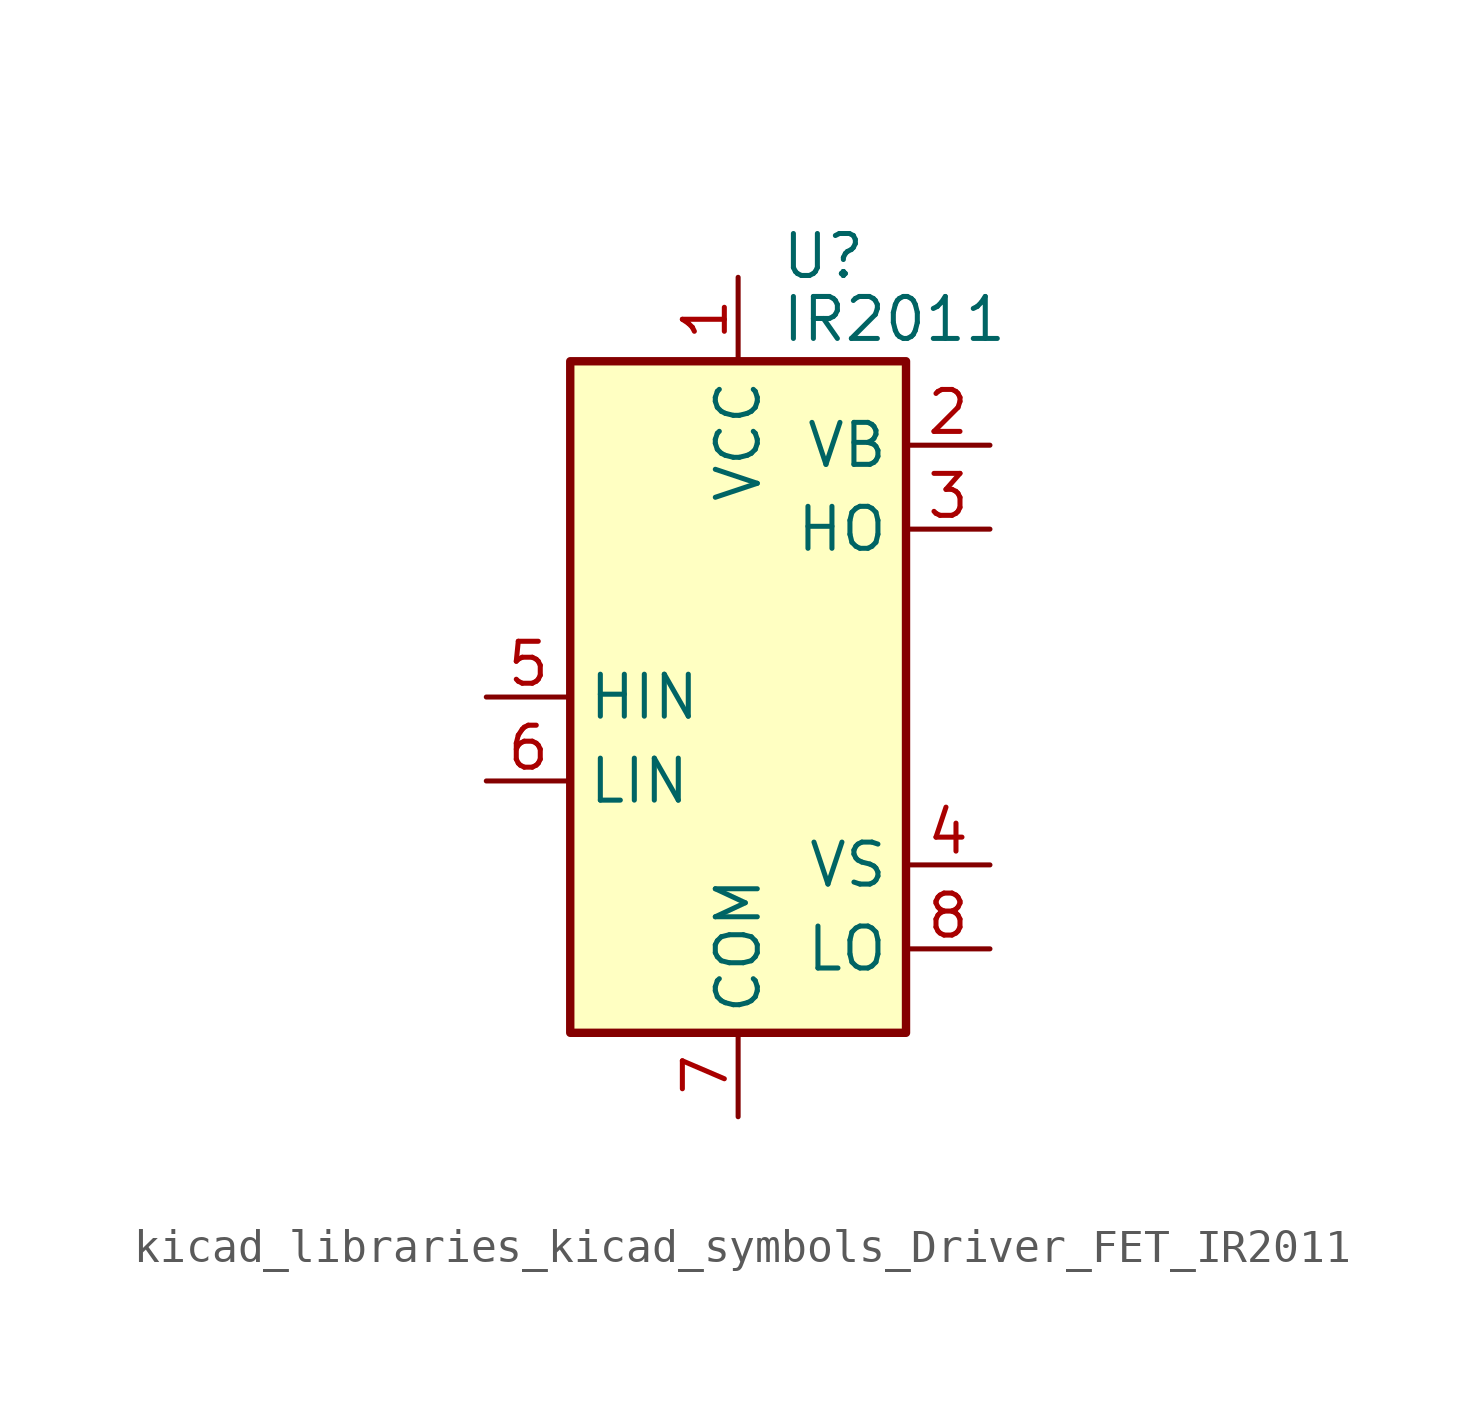
<source format=kicad_sym>
(kicad_symbol_lib
  (version 20220914)
  (generator kicad_symbol_editor)
  (symbol "kicad_libraries_kicad_symbols_Driver_FET_IR2011"
    (property "Reference" "U"
      (at 1.27 13.335 0)
      (effects (font (size 1.27 1.27)) (justify left)))
    (property "Value" "IR2011"
      (at 1.27 11.43 0)
      (effects (font (size 1.27 1.27)) (justify left)))
    (symbol "kicad_libraries_kicad_symbols_Driver_FET_IR2011_0_1"
      (rectangle (start -5.08 -10.16) (end 5.08 10.16) (stroke (width 0.254) (type default)) (fill (type background))))
    (symbol "kicad_libraries_kicad_symbols_Driver_FET_IR2011_1_1"
      (pin power_in line (at 0 12.7 270) (length 2.54) (name "VCC" (effects (font (size 1.27 1.27)))) (number "1" (effects (font (size 1.27 1.27)))))
      (pin passive line (at 7.62 7.62 180) (length 2.54) (name "VB" (effects (font (size 1.27 1.27)))) (number "2" (effects (font (size 1.27 1.27)))))
      (pin output line (at 7.62 5.08 180) (length 2.54) (name "HO" (effects (font (size 1.27 1.27)))) (number "3" (effects (font (size 1.27 1.27)))))
      (pin passive line (at 7.62 -5.08 180) (length 2.54) (name "VS" (effects (font (size 1.27 1.27)))) (number "4" (effects (font (size 1.27 1.27)))))
      (pin input line (at -7.62 0 0) (length 2.54) (name "HIN" (effects (font (size 1.27 1.27)))) (number "5" (effects (font (size 1.27 1.27)))))
      (pin input line (at -7.62 -2.54 0) (length 2.54) (name "LIN" (effects (font (size 1.27 1.27)))) (number "6" (effects (font (size 1.27 1.27)))))
      (pin power_in line (at 0 -12.7 90) (length 2.54) (name "COM" (effects (font (size 1.27 1.27)))) (number "7" (effects (font (size 1.27 1.27)))))
      (pin output line (at 7.62 -7.62 180) (length 2.54) (name "LO" (effects (font (size 1.27 1.27)))) (number "8" (effects (font (size 1.27 1.27))))))))
</source>
